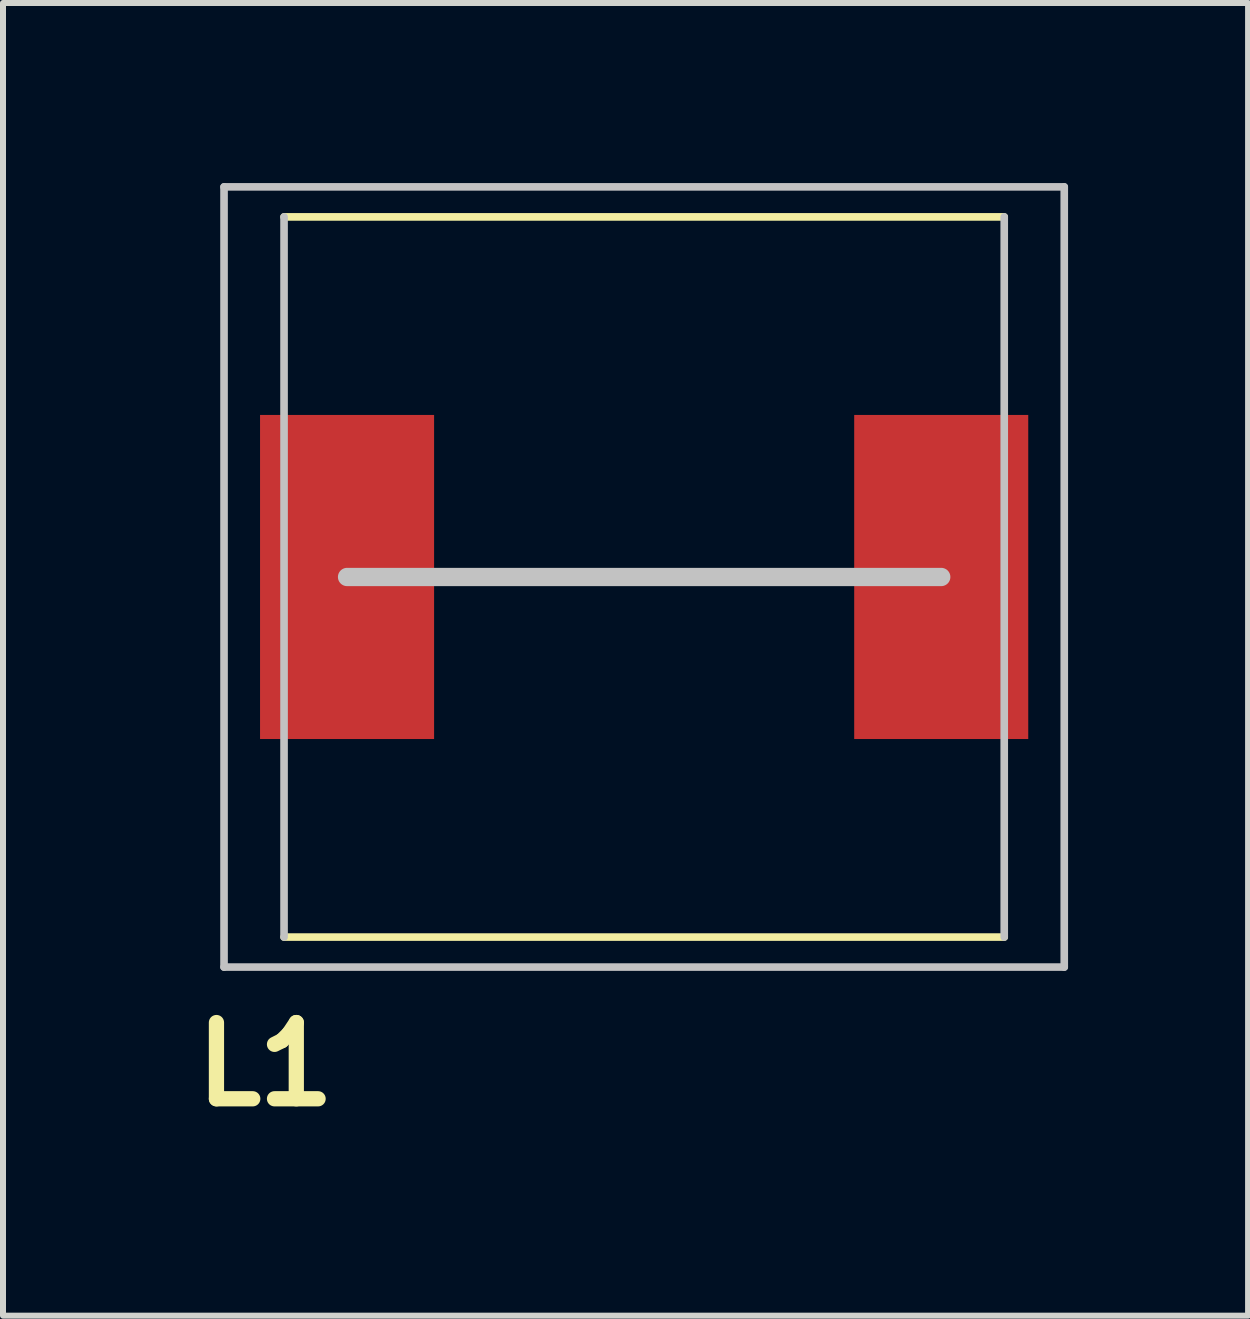
<source format=kicad_pcb>
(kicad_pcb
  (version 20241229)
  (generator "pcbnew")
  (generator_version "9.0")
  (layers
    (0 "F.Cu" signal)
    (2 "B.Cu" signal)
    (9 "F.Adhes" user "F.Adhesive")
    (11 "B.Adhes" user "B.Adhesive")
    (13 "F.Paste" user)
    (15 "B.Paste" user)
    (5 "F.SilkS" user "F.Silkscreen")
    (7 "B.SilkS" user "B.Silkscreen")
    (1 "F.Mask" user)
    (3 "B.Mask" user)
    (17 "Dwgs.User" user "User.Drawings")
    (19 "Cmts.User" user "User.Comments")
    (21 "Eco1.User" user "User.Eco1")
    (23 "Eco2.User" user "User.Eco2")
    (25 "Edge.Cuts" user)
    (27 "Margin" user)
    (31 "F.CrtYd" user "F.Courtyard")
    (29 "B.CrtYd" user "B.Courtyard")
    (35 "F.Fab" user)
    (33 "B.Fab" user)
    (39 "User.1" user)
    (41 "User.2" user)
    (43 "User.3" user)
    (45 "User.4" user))
  (footprint "L1"
    (layer "F.Cu")
    (at 7.683 6.564)
    (property "Reference" "L1" (at -6.31 8.12 0) (layer "F.SilkS") (effects (font (size 1.27 1.27) (thickness 0.254))))
    (attr smd)
    (fp_line (start -6 6) (end 6 6) (stroke (width 0.127) (type solid)) (layer "F.SilkS"))
    (fp_line (start 6 -6) (end -6 -6) (stroke (width 0.127) (type solid)) (layer "F.SilkS"))
    (fp_line (start -7 -6.5) (end -7 6.5) (stroke (width 0.127) (type solid)) (layer "Dwgs.User"))
    (fp_line (start -7 6.5) (end 7 6.5) (stroke (width 0.127) (type solid)) (layer "Dwgs.User"))
    (fp_line (start -6 -6) (end -6 6) (stroke (width 0.127) (type solid)) (layer "Dwgs.User"))
    (fp_line (start 4.95 0) (end -4.95 0) (stroke (width 0.305) (type solid)) (layer "Dwgs.User"))
    (fp_line (start 6 6) (end 6 -6) (stroke (width 0.127) (type solid)) (layer "Dwgs.User"))
    (fp_line (start 7 -6.5) (end -7 -6.5) (stroke (width 0.127) (type solid)) (layer "Dwgs.User"))
    (fp_line (start 7 6.5) (end 7 -6.5) (stroke (width 0.127) (type solid)) (layer "Dwgs.User"))
    (pad "1" smd rect (at -4.95 0) (size 2.9 5.4) (layers "F.Cu" "F.Mask" "F.Paste"))
    (pad "2" smd rect (at 4.95 0) (size 2.9 5.4) (layers "F.Cu" "F.Mask" "F.Paste")))
  (gr_rect
    (start -3 -3)
    (end 17.746 18.872)
    (stroke (width 0.1) (type default))
    (fill no)
    (layer "Edge.Cuts")))
</source>
